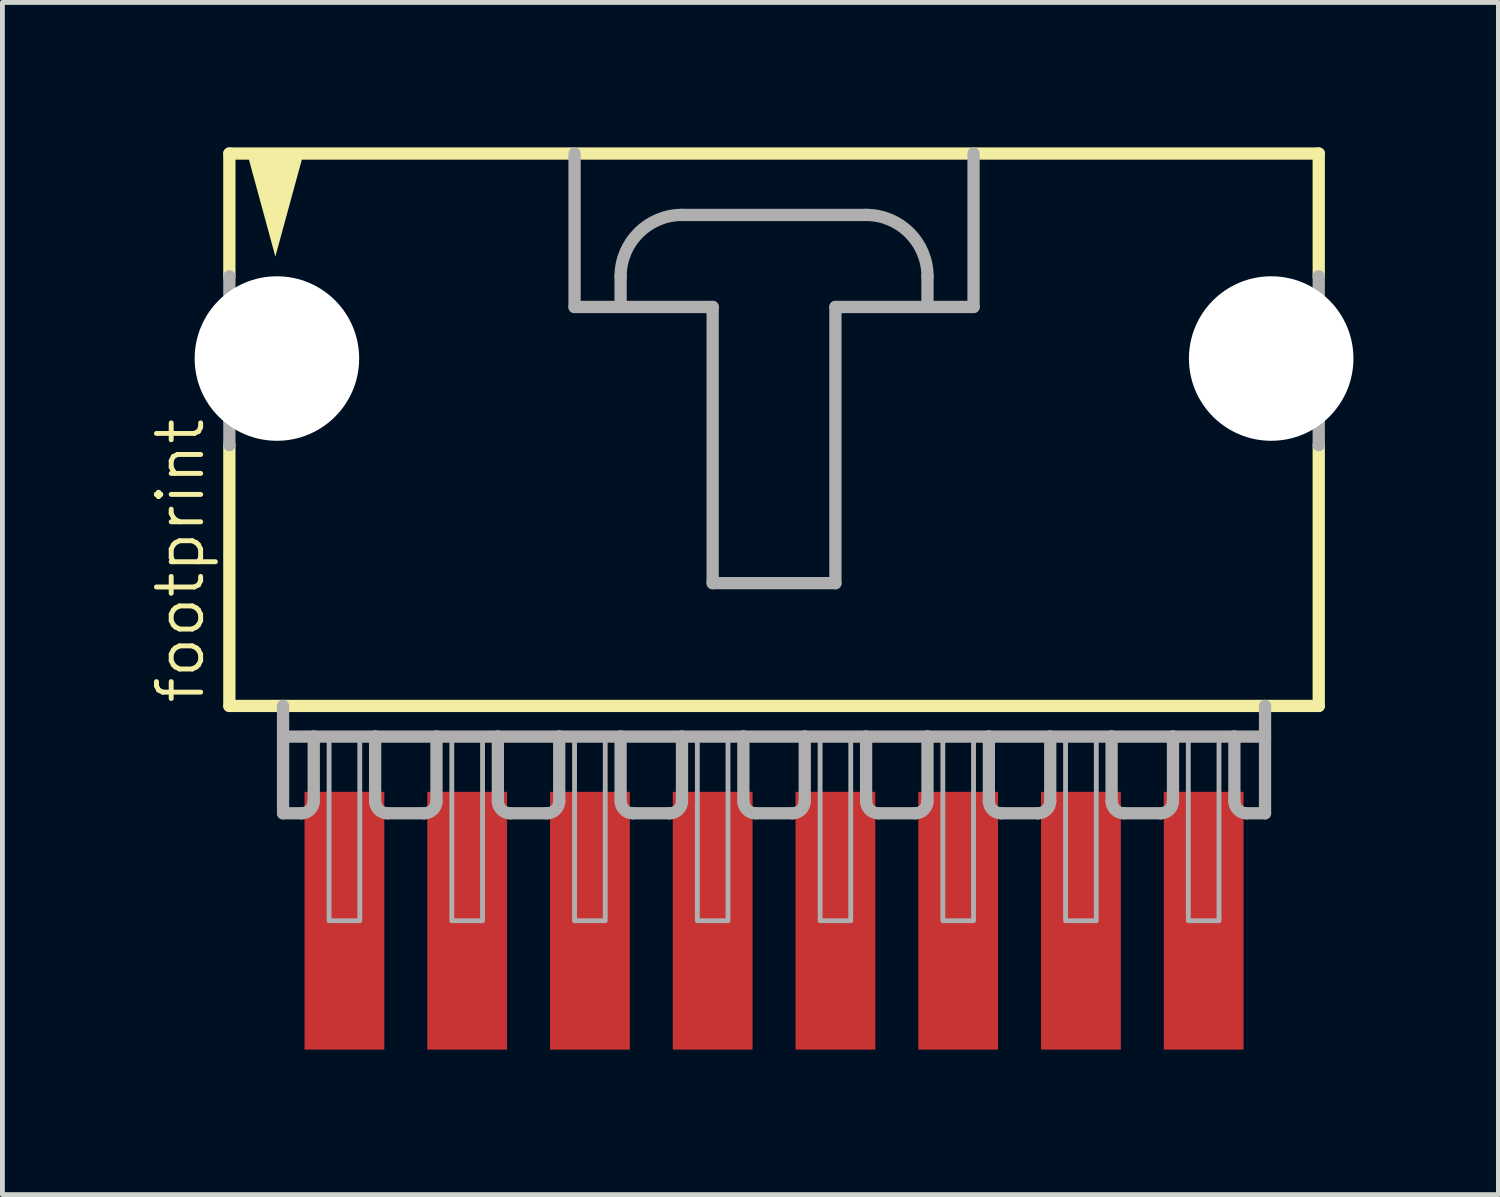
<source format=kicad_pcb>
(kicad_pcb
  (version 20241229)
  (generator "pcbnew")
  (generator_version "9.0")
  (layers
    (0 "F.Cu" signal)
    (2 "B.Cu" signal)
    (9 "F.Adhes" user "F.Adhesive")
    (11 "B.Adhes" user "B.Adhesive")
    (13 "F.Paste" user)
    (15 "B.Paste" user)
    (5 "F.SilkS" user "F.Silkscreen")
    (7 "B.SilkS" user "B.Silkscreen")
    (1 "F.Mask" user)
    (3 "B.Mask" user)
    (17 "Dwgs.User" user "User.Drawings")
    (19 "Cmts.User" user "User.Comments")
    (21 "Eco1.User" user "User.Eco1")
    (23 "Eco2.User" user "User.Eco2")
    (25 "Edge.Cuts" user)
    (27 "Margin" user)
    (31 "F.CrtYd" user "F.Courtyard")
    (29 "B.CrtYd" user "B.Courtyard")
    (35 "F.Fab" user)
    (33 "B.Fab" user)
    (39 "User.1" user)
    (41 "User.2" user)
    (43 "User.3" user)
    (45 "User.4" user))
  (footprint "footprint"
    (layer "F.Cu")
    (at 12.967 5.207)
    (property "Reference" "footprint" (at -11.748 6.35 90) (layer "F.SilkS") (effects (font (size 0.914 0.914) (thickness 0.102)) (justify left bottom)))
    (fp_line (start -11.271 -5.08) (end -11.271 -2.54) (stroke (width 0.254) (type solid)) (layer "F.SilkS"))
    (fp_line (start -11.271 0.953) (end -11.271 6.35) (stroke (width 0.254) (type solid)) (layer "F.SilkS"))
    (fp_line (start -11.271 6.35) (end 11.271 6.35) (stroke (width 0.254) (type solid)) (layer "F.SilkS"))
    (fp_line (start 11.271 -5.08) (end -11.271 -5.08) (stroke (width 0.254) (type solid)) (layer "F.SilkS"))
    (fp_line (start 11.271 -2.54) (end 11.271 -5.08) (stroke (width 0.254) (type solid)) (layer "F.SilkS"))
    (fp_line (start 11.271 6.35) (end 11.271 0.953) (stroke (width 0.254) (type solid)) (layer "F.SilkS"))
    (fp_poly (pts (xy -10.319 -2.948) (xy -10.928 -5.182) (xy -9.709 -5.182)) (stroke (width 0) (type solid)) (fill yes) (layer "F.SilkS"))
    (fp_line (start -11.271 -2.54) (end -11.271 0.953) (stroke (width 0.254) (type solid)) (layer "F.Fab"))
    (fp_line (start -10.16 6.35) (end -10.16 8.572) (stroke (width 0.254) (type solid)) (layer "F.Fab"))
    (fp_line (start -10.16 6.985) (end -9.525 6.985) (stroke (width 0.254) (type solid)) (layer "F.Fab"))
    (fp_line (start -9.779 8.572) (end -10.16 8.572) (stroke (width 0.254) (type solid)) (layer "F.Fab"))
    (fp_line (start -9.525 6.985) (end -9.525 8.319) (stroke (width 0.254) (type solid)) (layer "F.Fab"))
    (fp_line (start -9.525 6.985) (end -8.255 6.985) (stroke (width 0.254) (type solid)) (layer "F.Fab"))
    (fp_line (start -8.255 6.985) (end -8.255 8.319) (stroke (width 0.254) (type solid)) (layer "F.Fab"))
    (fp_line (start -8.255 6.985) (end -6.985 6.985) (stroke (width 0.254) (type solid)) (layer "F.Fab"))
    (fp_line (start -7.239 8.572) (end -8.001 8.572) (stroke (width 0.254) (type solid)) (layer "F.Fab"))
    (fp_line (start -6.985 6.985) (end -6.985 8.319) (stroke (width 0.254) (type solid)) (layer "F.Fab"))
    (fp_line (start -6.985 6.985) (end -5.715 6.985) (stroke (width 0.254) (type solid)) (layer "F.Fab"))
    (fp_line (start -5.715 6.985) (end -5.715 8.319) (stroke (width 0.254) (type solid)) (layer "F.Fab"))
    (fp_line (start -5.715 6.985) (end -4.445 6.985) (stroke (width 0.254) (type solid)) (layer "F.Fab"))
    (fp_line (start -4.699 8.572) (end -5.461 8.572) (stroke (width 0.254) (type solid)) (layer "F.Fab"))
    (fp_line (start -4.445 6.985) (end -4.445 8.319) (stroke (width 0.254) (type solid)) (layer "F.Fab"))
    (fp_line (start -4.445 6.985) (end -3.175 6.985) (stroke (width 0.254) (type solid)) (layer "F.Fab"))
    (fp_line (start -4.128 -5.08) (end -4.128 -1.905) (stroke (width 0.254) (type solid)) (layer "F.Fab"))
    (fp_line (start -4.128 -1.905) (end -3.175 -1.905) (stroke (width 0.254) (type solid)) (layer "F.Fab"))
    (fp_line (start -3.175 -1.905) (end -3.175 -2.54) (stroke (width 0.254) (type solid)) (layer "F.Fab"))
    (fp_line (start -3.175 -1.905) (end -1.27 -1.905) (stroke (width 0.254) (type solid)) (layer "F.Fab"))
    (fp_line (start -3.175 6.985) (end -3.175 8.319) (stroke (width 0.254) (type solid)) (layer "F.Fab"))
    (fp_line (start -3.175 6.985) (end -1.905 6.985) (stroke (width 0.254) (type solid)) (layer "F.Fab"))
    (fp_line (start -2.159 8.572) (end -2.921 8.572) (stroke (width 0.254) (type solid)) (layer "F.Fab"))
    (fp_line (start -1.905 -3.81) (end 1.905 -3.81) (stroke (width 0.254) (type solid)) (layer "F.Fab"))
    (fp_line (start -1.905 6.985) (end -1.905 8.319) (stroke (width 0.254) (type solid)) (layer "F.Fab"))
    (fp_line (start -1.905 6.985) (end -0.635 6.985) (stroke (width 0.254) (type solid)) (layer "F.Fab"))
    (fp_line (start -1.27 -1.905) (end -1.27 3.81) (stroke (width 0.254) (type solid)) (layer "F.Fab"))
    (fp_line (start -1.27 3.81) (end 1.27 3.81) (stroke (width 0.254) (type solid)) (layer "F.Fab"))
    (fp_line (start -0.635 6.985) (end -0.635 8.319) (stroke (width 0.254) (type solid)) (layer "F.Fab"))
    (fp_line (start -0.635 6.985) (end 0.635 6.985) (stroke (width 0.254) (type solid)) (layer "F.Fab"))
    (fp_line (start 0.381 8.572) (end -0.381 8.572) (stroke (width 0.254) (type solid)) (layer "F.Fab"))
    (fp_line (start 0.635 6.985) (end 0.635 8.319) (stroke (width 0.254) (type solid)) (layer "F.Fab"))
    (fp_line (start 0.635 6.985) (end 1.905 6.985) (stroke (width 0.254) (type solid)) (layer "F.Fab"))
    (fp_line (start 1.27 -1.905) (end 3.175 -1.905) (stroke (width 0.254) (type solid)) (layer "F.Fab"))
    (fp_line (start 1.27 3.81) (end 1.27 -1.905) (stroke (width 0.254) (type solid)) (layer "F.Fab"))
    (fp_line (start 1.905 6.985) (end 1.905 8.319) (stroke (width 0.254) (type solid)) (layer "F.Fab"))
    (fp_line (start 1.905 6.985) (end 3.175 6.985) (stroke (width 0.254) (type solid)) (layer "F.Fab"))
    (fp_line (start 2.921 8.572) (end 2.159 8.572) (stroke (width 0.254) (type solid)) (layer "F.Fab"))
    (fp_line (start 3.175 -2.54) (end 3.175 -1.905) (stroke (width 0.254) (type solid)) (layer "F.Fab"))
    (fp_line (start 3.175 -1.905) (end 4.128 -1.905) (stroke (width 0.254) (type solid)) (layer "F.Fab"))
    (fp_line (start 3.175 6.985) (end 3.175 8.319) (stroke (width 0.254) (type solid)) (layer "F.Fab"))
    (fp_line (start 3.175 6.985) (end 4.445 6.985) (stroke (width 0.254) (type solid)) (layer "F.Fab"))
    (fp_line (start 4.128 -1.905) (end 4.128 -5.08) (stroke (width 0.254) (type solid)) (layer "F.Fab"))
    (fp_line (start 4.445 6.985) (end 4.445 8.319) (stroke (width 0.254) (type solid)) (layer "F.Fab"))
    (fp_line (start 4.445 6.985) (end 5.715 6.985) (stroke (width 0.254) (type solid)) (layer "F.Fab"))
    (fp_line (start 5.461 8.572) (end 4.699 8.572) (stroke (width 0.254) (type solid)) (layer "F.Fab"))
    (fp_line (start 5.715 6.985) (end 5.715 8.319) (stroke (width 0.254) (type solid)) (layer "F.Fab"))
    (fp_line (start 5.715 6.985) (end 6.985 6.985) (stroke (width 0.254) (type solid)) (layer "F.Fab"))
    (fp_line (start 6.985 6.985) (end 6.985 8.319) (stroke (width 0.254) (type solid)) (layer "F.Fab"))
    (fp_line (start 6.985 6.985) (end 8.255 6.985) (stroke (width 0.254) (type solid)) (layer "F.Fab"))
    (fp_line (start 8.001 8.572) (end 7.239 8.572) (stroke (width 0.254) (type solid)) (layer "F.Fab"))
    (fp_line (start 8.255 6.985) (end 8.255 8.319) (stroke (width 0.254) (type solid)) (layer "F.Fab"))
    (fp_line (start 8.255 6.985) (end 9.525 6.985) (stroke (width 0.254) (type solid)) (layer "F.Fab"))
    (fp_line (start 9.525 6.985) (end 9.525 8.319) (stroke (width 0.254) (type solid)) (layer "F.Fab"))
    (fp_line (start 9.525 6.985) (end 10.16 6.985) (stroke (width 0.254) (type solid)) (layer "F.Fab"))
    (fp_line (start 9.779 8.572) (end 10.16 8.572) (stroke (width 0.254) (type solid)) (layer "F.Fab"))
    (fp_line (start 10.16 8.572) (end 10.16 6.35) (stroke (width 0.254) (type solid)) (layer "F.Fab"))
    (fp_line (start 11.271 -2.54) (end 11.271 0.953) (stroke (width 0.254) (type solid)) (layer "F.Fab"))
    (fp_arc (start -9.525 8.3185) (mid -9.599395 8.498105) (end -9.779 8.5725) (stroke (width 0.254) (type solid)) (layer "F.Fab"))
    (fp_arc (start -8.001 8.5725) (mid -8.180605 8.498105) (end -8.255 8.3185) (stroke (width 0.254) (type solid)) (layer "F.Fab"))
    (fp_arc (start -6.985 8.3185) (mid -7.059395 8.498105) (end -7.239 8.5725) (stroke (width 0.254) (type solid)) (layer "F.Fab"))
    (fp_arc (start -5.461 8.5725) (mid -5.640605 8.498105) (end -5.715 8.3185) (stroke (width 0.254) (type solid)) (layer "F.Fab"))
    (fp_arc (start -4.445 8.3185) (mid -4.519395 8.498105) (end -4.699 8.5725) (stroke (width 0.254) (type solid)) (layer "F.Fab"))
    (fp_arc (start -3.175 -2.54) (mid -2.803026 -3.438026) (end -1.905 -3.81) (stroke (width 0.254) (type solid)) (layer "F.Fab"))
    (fp_arc (start -2.921 8.5725) (mid -3.100605 8.498105) (end -3.175 8.3185) (stroke (width 0.254) (type solid)) (layer "F.Fab"))
    (fp_arc (start -1.905 8.3185) (mid -1.979395 8.498105) (end -2.159 8.5725) (stroke (width 0.254) (type solid)) (layer "F.Fab"))
    (fp_arc (start -0.381 8.5725) (mid -0.560605 8.498105) (end -0.635 8.3185) (stroke (width 0.254) (type solid)) (layer "F.Fab"))
    (fp_arc (start 0.635 8.3185) (mid 0.560605 8.498105) (end 0.381 8.5725) (stroke (width 0.254) (type solid)) (layer "F.Fab"))
    (fp_arc (start 1.905 -3.81) (mid 2.803026 -3.438026) (end 3.175 -2.54) (stroke (width 0.254) (type solid)) (layer "F.Fab"))
    (fp_arc (start 2.159 8.5725) (mid 1.979395 8.498105) (end 1.905 8.3185) (stroke (width 0.254) (type solid)) (layer "F.Fab"))
    (fp_arc (start 3.175 8.3185) (mid 3.100605 8.498105) (end 2.921 8.5725) (stroke (width 0.254) (type solid)) (layer "F.Fab"))
    (fp_arc (start 4.699 8.5725) (mid 4.519395 8.498105) (end 4.445 8.3185) (stroke (width 0.254) (type solid)) (layer "F.Fab"))
    (fp_arc (start 5.715 8.3185) (mid 5.640605 8.498105) (end 5.461 8.5725) (stroke (width 0.254) (type solid)) (layer "F.Fab"))
    (fp_arc (start 7.239 8.5725) (mid 7.059395 8.498105) (end 6.985 8.3185) (stroke (width 0.254) (type solid)) (layer "F.Fab"))
    (fp_arc (start 8.255 8.3185) (mid 8.180605 8.498105) (end 8.001 8.5725) (stroke (width 0.254) (type solid)) (layer "F.Fab"))
    (fp_arc (start 9.779 8.5725) (mid 9.599395 8.498105) (end 9.525 8.3185) (stroke (width 0.254) (type solid)) (layer "F.Fab"))
    (fp_poly (pts (xy -9.207 10.795) (xy -8.572 10.795) (xy -8.572 6.985) (xy -9.207 6.985)) (stroke (width 0.1) (type solid)) (fill no) (layer "F.Fab"))
    (fp_poly (pts (xy -6.668 10.795) (xy -6.032 10.795) (xy -6.032 6.985) (xy -6.668 6.985)) (stroke (width 0.1) (type solid)) (fill no) (layer "F.Fab"))
    (fp_poly (pts (xy -4.128 10.795) (xy -3.493 10.795) (xy -3.493 6.985) (xy -4.128 6.985)) (stroke (width 0.1) (type solid)) (fill no) (layer "F.Fab"))
    (fp_poly (pts (xy -1.587 10.795) (xy -0.953 10.795) (xy -0.953 6.985) (xy -1.587 6.985)) (stroke (width 0.1) (type solid)) (fill no) (layer "F.Fab"))
    (fp_poly (pts (xy 0.953 10.795) (xy 1.587 10.795) (xy 1.587 6.985) (xy 0.953 6.985)) (stroke (width 0.1) (type solid)) (fill no) (layer "F.Fab"))
    (fp_poly (pts (xy 3.493 10.795) (xy 4.128 10.795) (xy 4.128 6.985) (xy 3.493 6.985)) (stroke (width 0.1) (type solid)) (fill no) (layer "F.Fab"))
    (fp_poly (pts (xy 6.032 10.795) (xy 6.668 10.795) (xy 6.668 6.985) (xy 6.032 6.985)) (stroke (width 0.1) (type solid)) (fill no) (layer "F.Fab"))
    (fp_poly (pts (xy 8.572 10.795) (xy 9.207 10.795) (xy 9.207 6.985) (xy 8.572 6.985)) (stroke (width 0.1) (type solid)) (fill no) (layer "F.Fab"))
    (pad "" np_thru_hole circle (at -10.287 -0.838) (size 3.404 3.404) (drill 3.404) (layers "*.Cu" "*.Mask"))
    (pad "" np_thru_hole circle (at 10.287 -0.838) (size 3.404 3.404) (drill 3.404) (layers "*.Cu" "*.Mask"))
    (pad "1" smd rect (at -8.89 10.795 90) (size 5.334 1.651) (layers "F.Cu" "F.Mask" "F.Paste"))
    (pad "2" smd rect (at -6.35 10.795 90) (size 5.334 1.651) (layers "F.Cu" "F.Mask" "F.Paste"))
    (pad "3" smd rect (at -3.81 10.795 90) (size 5.334 1.651) (layers "F.Cu" "F.Mask" "F.Paste"))
    (pad "4" smd rect (at -1.27 10.795 90) (size 5.334 1.651) (layers "F.Cu" "F.Mask" "F.Paste"))
    (pad "5" smd rect (at 1.27 10.795 90) (size 5.334 1.651) (layers "F.Cu" "F.Mask" "F.Paste"))
    (pad "6" smd rect (at 3.81 10.795 90) (size 5.334 1.651) (layers "F.Cu" "F.Mask" "F.Paste"))
    (pad "7" smd rect (at 6.35 10.795 90) (size 5.334 1.651) (layers "F.Cu" "F.Mask" "F.Paste"))
    (pad "8" smd rect (at 8.89 10.795 90) (size 5.334 1.651) (layers "F.Cu" "F.Mask" "F.Paste")))
  (gr_rect
    (start -3 -3)
    (end 27.956 21.669)
    (stroke (width 0.1) (type default))
    (fill no)
    (layer "Edge.Cuts")))
</source>
